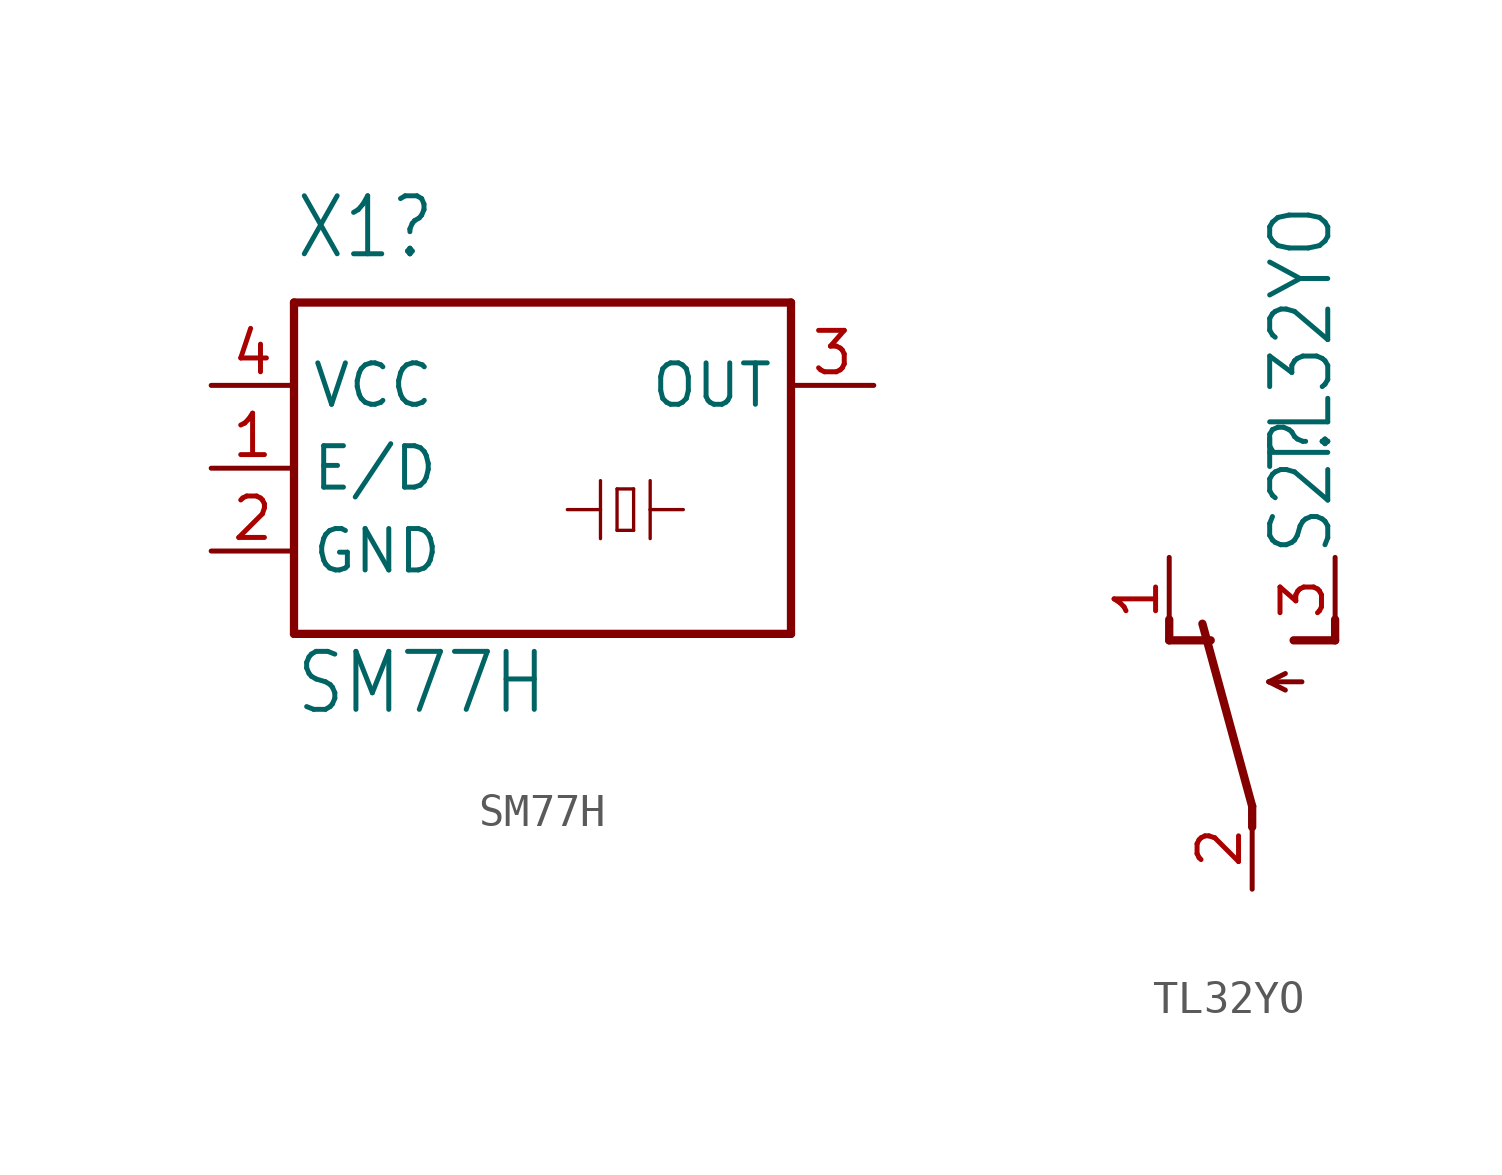
<source format=kicad_sym>
(kicad_symbol_lib
  (version 20220914)
  (generator kicad_symbol_editor)
  (symbol "SM77H"
    (property "Reference" "X1"
      (at -7.62 6.35 0)
      (effects (font (size 1.778 1.511)) (justify left bottom)))
    (property "Value" "SM77H"
      (at -7.62 -7.62 0)
      (effects (font (size 1.778 1.511)) (justify left bottom)))
    (property "ki_locked" ""
      (at 0 0 0)
      (effects (font (size 1.27 1.27))))
    (symbol "SM77H_1_0"
      (polyline (pts (xy -7.62 -5.08) (xy 7.62 -5.08)) (stroke (width 0.254) (type solid)) (fill (type none)))
      (polyline (pts (xy -7.62 5.08) (xy -7.62 -5.08)) (stroke (width 0.254) (type solid)) (fill (type none)))
      (polyline (pts (xy 0.762 -1.27) (xy 1.778 -1.27)) (stroke (width 0.102) (type solid)) (fill (type none)))
      (polyline (pts (xy 1.778 -1.27) (xy 1.778 -2.159)) (stroke (width 0.102) (type solid)) (fill (type none)))
      (polyline (pts (xy 1.778 -1.27) (xy 1.778 -0.381)) (stroke (width 0.102) (type solid)) (fill (type none)))
      (polyline (pts (xy 2.286 -1.905) (xy 2.286 -0.635)) (stroke (width 0.102) (type solid)) (fill (type none)))
      (polyline (pts (xy 2.286 -0.635) (xy 2.794 -0.635)) (stroke (width 0.102) (type solid)) (fill (type none)))
      (polyline (pts (xy 2.794 -1.905) (xy 2.286 -1.905)) (stroke (width 0.102) (type solid)) (fill (type none)))
      (polyline (pts (xy 2.794 -0.635) (xy 2.794 -1.905)) (stroke (width 0.102) (type solid)) (fill (type none)))
      (polyline (pts (xy 3.302 -1.27) (xy 3.302 -2.159)) (stroke (width 0.102) (type solid)) (fill (type none)))
      (polyline (pts (xy 3.302 -1.27) (xy 3.302 -0.381)) (stroke (width 0.102) (type solid)) (fill (type none)))
      (polyline (pts (xy 4.318 -1.27) (xy 3.302 -1.27)) (stroke (width 0.102) (type solid)) (fill (type none)))
      (polyline (pts (xy 7.62 -5.08) (xy 7.62 5.08)) (stroke (width 0.254) (type solid)) (fill (type none)))
      (polyline (pts (xy 7.62 5.08) (xy -7.62 5.08)) (stroke (width 0.254) (type solid)) (fill (type none)))
      (pin input line (at -10.16 0 0) (length 2.54) (name "E/D" (effects (font (size 1.27 1.27)))) (number "1" (effects (font (size 1.27 1.27)))))
      (pin power_in line (at -10.16 -2.54 0) (length 2.54) (name "GND" (effects (font (size 1.27 1.27)))) (number "2" (effects (font (size 1.27 1.27)))))
      (pin output line (at 10.16 2.54 180) (length 2.54) (name "OUT" (effects (font (size 1.27 1.27)))) (number "3" (effects (font (size 1.27 1.27)))))
      (pin power_in line (at -10.16 2.54 0) (length 2.54) (name "VCC" (effects (font (size 1.27 1.27)))) (number "4" (effects (font (size 1.27 1.27)))))))
  (symbol "TL32YO"
    (property "Reference" "S2"
      (at 2.54 5.08 90)
      (effects (font (size 1.778 1.511)) (justify left bottom)))
    (property "Value" "TL32YO"
      (at 2.54 7.62 90)
      (effects (font (size 1.778 1.511)) (justify left bottom)))
    (property "ki_locked" ""
      (at 0 0 0)
      (effects (font (size 1.27 1.27))))
    (symbol "TL32YO_1_0"
      (polyline (pts (xy -2.54 2.54) (xy -2.54 3.175)) (stroke (width 0.254) (type solid)) (fill (type none)))
      (polyline (pts (xy -2.54 2.54) (xy -1.27 2.54)) (stroke (width 0.254) (type solid)) (fill (type none)))
      (polyline (pts (xy 0 -3.175) (xy 0 -2.54)) (stroke (width 0.254) (type solid)) (fill (type none)))
      (polyline (pts (xy 0 -2.54) (xy -1.524 3.048)) (stroke (width 0.254) (type solid)) (fill (type none)))
      (polyline (pts (xy 0.508 1.27) (xy 1.016 1.016)) (stroke (width 0.152) (type solid)) (fill (type none)))
      (polyline (pts (xy 0.508 1.27) (xy 1.016 1.524)) (stroke (width 0.152) (type solid)) (fill (type none)))
      (polyline (pts (xy 0.508 1.27) (xy 1.524 1.27)) (stroke (width 0.152) (type solid)) (fill (type none)))
      (polyline (pts (xy 1.27 2.54) (xy 2.54 2.54)) (stroke (width 0.254) (type solid)) (fill (type none)))
      (polyline (pts (xy 2.54 2.54) (xy 2.54 3.175)) (stroke (width 0.254) (type solid)) (fill (type none)))
      (pin passive line (at -2.54 5.08 270) (length 2.54) (name "O" (effects (font (size 0 0)))) (number "1" (effects (font (size 1.27 1.27)))))
      (pin passive line (at 0 -5.08 90) (length 2.54) (name "P" (effects (font (size 0 0)))) (number "2" (effects (font (size 1.27 1.27)))))
      (pin passive line (at 2.54 5.08 270) (length 2.54) (name "S" (effects (font (size 0 0)))) (number "3" (effects (font (size 1.27 1.27))))))))
</source>
